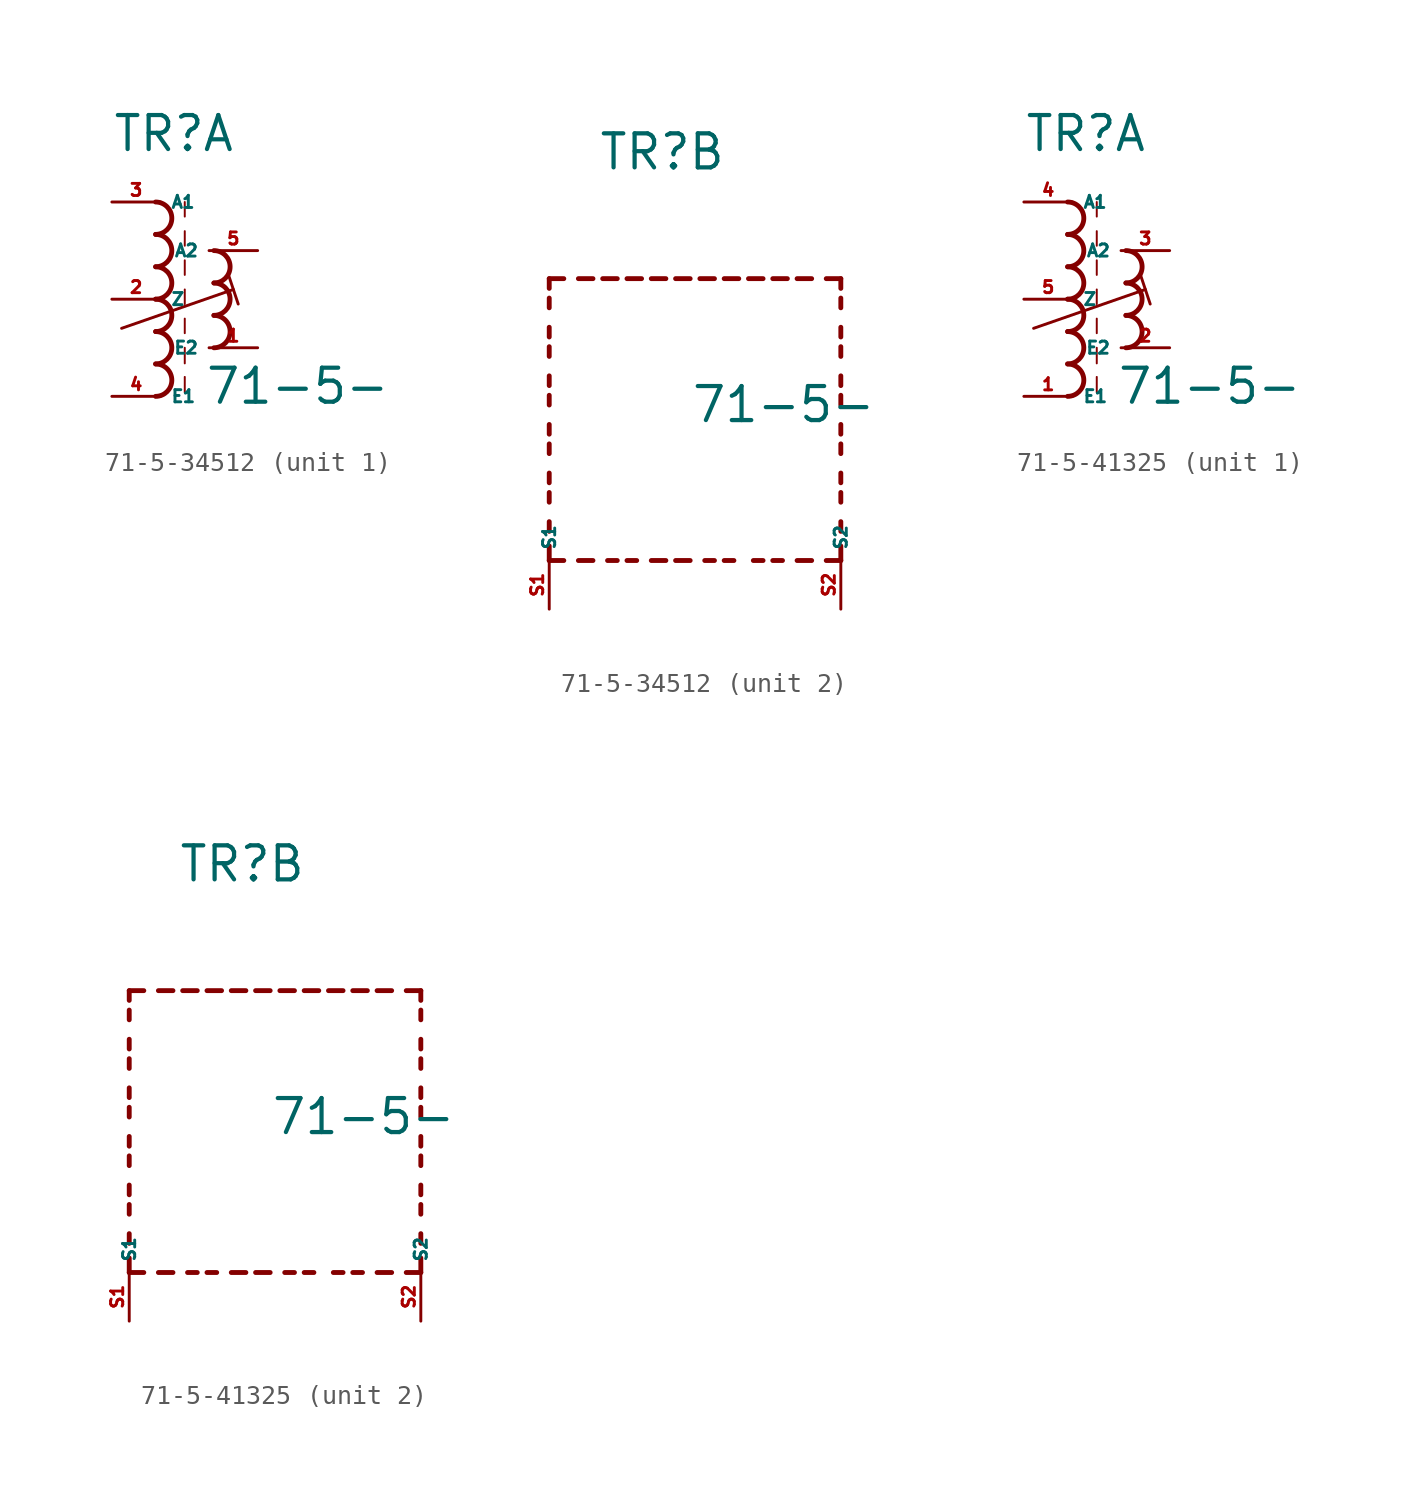
<source format=kicad_sym>
(kicad_symbol_lib
  (version 20220914)
  (generator kicad_symbol_editor)
  (symbol "71-5-34512"
    (property "Reference" "TR"
      (at -2.54 7.62 0)
      (effects (font (size 1.778 1.778) (thickness 0.22)) (justify left bottom)))
    (property "Value" "71-5-"
      (at 2.286 -5.588 0)
      (effects (font (size 1.778 1.778) (thickness 0.22)) (justify left bottom)))
    (symbol "71-5-34512_1_0"
      (arc (start -0.2534 -5.08) (mid 0.593 -4.2333) (end -0.2534 -3.3866) (stroke (width 0.254) (type default)) (fill (type none)))
      (arc (start -0.2534 -3.3866) (mid 0.593 -2.5399) (end -0.2534 -1.6932) (stroke (width 0.254) (type default)) (fill (type none)))
      (arc (start -0.2534 -1.6934) (mid 0.593 -0.8467) (end -0.2534 0) (stroke (width 0.254) (type default)) (fill (type none)))
      (arc (start -0.2534 0) (mid 0.593 0.8467) (end -0.2534 1.6934) (stroke (width 0.254) (type default)) (fill (type none)))
      (arc (start -0.2532 1.6934) (mid 0.593 2.54) (end -0.2532 3.3866) (stroke (width 0.254) (type default)) (fill (type none)))
      (arc (start -0.2534 3.3866) (mid 0.593 4.2333) (end -0.2534 5.08) (stroke (width 0.254) (type default)) (fill (type none)))
      (polyline (pts (xy -2.032 -1.524) (xy 3.81 0.508)) (stroke (width 0.152) (type default)) (fill (type none)))
      (polyline (pts (xy 1.27 -4.064) (xy 1.27 -4.88)) (stroke (width 0.102) (type default)) (fill (type none)))
      (polyline (pts (xy 1.27 -2.54) (xy 1.27 -3.356)) (stroke (width 0.102) (type default)) (fill (type none)))
      (polyline (pts (xy 1.27 -1.016) (xy 1.27 -1.778)) (stroke (width 0.102) (type default)) (fill (type none)))
      (polyline (pts (xy 1.27 0.508) (xy 1.27 -0.254)) (stroke (width 0.102) (type default)) (fill (type none)))
      (polyline (pts (xy 1.27 2.032) (xy 1.27 1.27)) (stroke (width 0.102) (type default)) (fill (type none)))
      (polyline (pts (xy 1.27 3.556) (xy 1.27 2.794)) (stroke (width 0.102) (type default)) (fill (type none)))
      (polyline (pts (xy 1.27 5.08) (xy 1.27 4.318)) (stroke (width 0.102) (type default)) (fill (type none)))
      (polyline (pts (xy 3.556 1.27) (xy 4.064 -0.254)) (stroke (width 0.152) (type default)) (fill (type none)))
      (arc (start 2.794 -2.54) (mid 3.6404 -1.6933) (end 2.794 -0.8466) (stroke (width 0.254) (type default)) (fill (type none)))
      (arc (start 2.794 -0.8466) (mid 3.6402 0) (end 2.794 0.8466) (stroke (width 0.254) (type default)) (fill (type none)))
      (arc (start 2.794 0.8466) (mid 3.6404 1.6933) (end 2.794 2.54) (stroke (width 0.254) (type default)) (fill (type none)))
      (pin passive line (at 5.08 -2.54 180) (length 2.54) (name "E2" (effects (font (size 0.635 0.635)))) (number "1" (effects (font (size 0.635 0.635)))))
      (pin passive line (at -2.54 0 0) (length 2.54) (name "Z" (effects (font (size 0.635 0.635)))) (number "2" (effects (font (size 0.635 0.635)))))
      (pin passive line (at -2.54 5.08 0) (length 2.54) (name "A1" (effects (font (size 0.635 0.635)))) (number "3" (effects (font (size 0.635 0.635)))))
      (pin passive line (at -2.54 -5.08 0) (length 2.54) (name "E1" (effects (font (size 0.635 0.635)))) (number "4" (effects (font (size 0.635 0.635)))))
      (pin passive line (at 5.08 2.54 180) (length 2.54) (name "A2" (effects (font (size 0.635 0.635)))) (number "5" (effects (font (size 0.635 0.635))))))
    (symbol "71-5-34512_2_0"
      (polyline (pts (xy -5.08 -12.7) (xy -5.08 -11.938)) (stroke (width 0.254) (type default)) (fill (type none)))
      (polyline (pts (xy -5.08 -12.7) (xy -4.318 -12.7)) (stroke (width 0.254) (type default)) (fill (type none)))
      (polyline (pts (xy -5.08 -11.176) (xy -5.08 -10.668)) (stroke (width 0.254) (type default)) (fill (type none)))
      (polyline (pts (xy -5.08 -9.652) (xy -5.08 -9.144)) (stroke (width 0.254) (type default)) (fill (type none)))
      (polyline (pts (xy -5.08 -8.636) (xy -5.08 -8.128)) (stroke (width 0.254) (type default)) (fill (type none)))
      (polyline (pts (xy -5.08 -7.112) (xy -5.08 -6.604)) (stroke (width 0.254) (type default)) (fill (type none)))
      (polyline (pts (xy -5.08 -6.096) (xy -5.08 -5.588)) (stroke (width 0.254) (type default)) (fill (type none)))
      (polyline (pts (xy -5.08 -4.572) (xy -5.08 -4.064)) (stroke (width 0.254) (type default)) (fill (type none)))
      (polyline (pts (xy -5.08 -3.556) (xy -5.08 -3.048)) (stroke (width 0.254) (type default)) (fill (type none)))
      (polyline (pts (xy -5.08 -2.032) (xy -5.08 -1.524)) (stroke (width 0.254) (type default)) (fill (type none)))
      (polyline (pts (xy -5.08 -1.016) (xy -5.08 -0.508)) (stroke (width 0.254) (type default)) (fill (type none)))
      (polyline (pts (xy -5.08 0.508) (xy -5.08 1.016)) (stroke (width 0.254) (type default)) (fill (type none)))
      (polyline (pts (xy -5.08 1.524) (xy -5.08 2.032)) (stroke (width 0.254) (type default)) (fill (type none)))
      (polyline (pts (xy -5.08 2.032) (xy -4.318 2.032)) (stroke (width 0.254) (type default)) (fill (type none)))
      (polyline (pts (xy -3.556 -12.7) (xy -2.794 -12.7)) (stroke (width 0.254) (type default)) (fill (type none)))
      (polyline (pts (xy -3.556 2.032) (xy -2.794 2.032)) (stroke (width 0.254) (type default)) (fill (type none)))
      (polyline (pts (xy -1.524 -12.7) (xy -2.032 -12.7)) (stroke (width 0.254) (type default)) (fill (type none)))
      (polyline (pts (xy -1.524 2.032) (xy -2.286 2.032)) (stroke (width 0.254) (type default)) (fill (type none)))
      (polyline (pts (xy -1.016 2.032) (xy -0.254 2.032)) (stroke (width 0.254) (type default)) (fill (type none)))
      (polyline (pts (xy -0.508 -12.7) (xy -1.016 -12.7)) (stroke (width 0.254) (type default)) (fill (type none)))
      (polyline (pts (xy 1.016 -12.7) (xy 0.254 -12.7)) (stroke (width 0.254) (type default)) (fill (type none)))
      (polyline (pts (xy 1.016 2.032) (xy 0.254 2.032)) (stroke (width 0.254) (type default)) (fill (type none)))
      (polyline (pts (xy 1.524 -12.7) (xy 2.286 -12.7)) (stroke (width 0.254) (type default)) (fill (type none)))
      (polyline (pts (xy 1.524 2.032) (xy 2.286 2.032)) (stroke (width 0.254) (type default)) (fill (type none)))
      (polyline (pts (xy 3.556 -12.7) (xy 3.048 -12.7)) (stroke (width 0.254) (type default)) (fill (type none)))
      (polyline (pts (xy 3.556 2.032) (xy 2.794 2.032)) (stroke (width 0.254) (type default)) (fill (type none)))
      (polyline (pts (xy 4.064 2.032) (xy 4.826 2.032)) (stroke (width 0.254) (type default)) (fill (type none)))
      (polyline (pts (xy 4.572 -12.7) (xy 4.064 -12.7)) (stroke (width 0.254) (type default)) (fill (type none)))
      (polyline (pts (xy 6.096 -12.7) (xy 5.588 -12.7)) (stroke (width 0.254) (type default)) (fill (type none)))
      (polyline (pts (xy 6.096 2.032) (xy 5.334 2.032)) (stroke (width 0.254) (type default)) (fill (type none)))
      (polyline (pts (xy 6.604 2.032) (xy 7.366 2.032)) (stroke (width 0.254) (type default)) (fill (type none)))
      (polyline (pts (xy 7.112 -12.7) (xy 6.604 -12.7)) (stroke (width 0.254) (type default)) (fill (type none)))
      (polyline (pts (xy 8.636 -12.7) (xy 7.874 -12.7)) (stroke (width 0.254) (type default)) (fill (type none)))
      (polyline (pts (xy 8.636 2.032) (xy 7.874 2.032)) (stroke (width 0.254) (type default)) (fill (type none)))
      (polyline (pts (xy 10.16 -12.7) (xy 9.398 -12.7)) (stroke (width 0.254) (type default)) (fill (type none)))
      (polyline (pts (xy 10.16 -12.7) (xy 10.16 -11.938)) (stroke (width 0.254) (type default)) (fill (type none)))
      (polyline (pts (xy 10.16 -11.176) (xy 10.16 -10.668)) (stroke (width 0.254) (type default)) (fill (type none)))
      (polyline (pts (xy 10.16 -9.652) (xy 10.16 -9.144)) (stroke (width 0.254) (type default)) (fill (type none)))
      (polyline (pts (xy 10.16 -8.636) (xy 10.16 -8.128)) (stroke (width 0.254) (type default)) (fill (type none)))
      (polyline (pts (xy 10.16 -7.112) (xy 10.16 -6.604)) (stroke (width 0.254) (type default)) (fill (type none)))
      (polyline (pts (xy 10.16 -6.096) (xy 10.16 -5.588)) (stroke (width 0.254) (type default)) (fill (type none)))
      (polyline (pts (xy 10.16 -4.572) (xy 10.16 -4.064)) (stroke (width 0.254) (type default)) (fill (type none)))
      (polyline (pts (xy 10.16 -3.556) (xy 10.16 -3.048)) (stroke (width 0.254) (type default)) (fill (type none)))
      (polyline (pts (xy 10.16 -2.032) (xy 10.16 -1.524)) (stroke (width 0.254) (type default)) (fill (type none)))
      (polyline (pts (xy 10.16 -1.016) (xy 10.16 -0.508)) (stroke (width 0.254) (type default)) (fill (type none)))
      (polyline (pts (xy 10.16 0.508) (xy 10.16 1.016)) (stroke (width 0.254) (type default)) (fill (type none)))
      (polyline (pts (xy 10.16 1.524) (xy 10.16 2.032)) (stroke (width 0.254) (type default)) (fill (type none)))
      (polyline (pts (xy 10.16 2.032) (xy 9.398 2.032)) (stroke (width 0.254) (type default)) (fill (type none)))
      (pin passive line (at -5.08 -15.24 90) (length 2.54) (name "S1" (effects (font (size 0.635 0.635)))) (number "S1" (effects (font (size 0.635 0.635)))))
      (pin passive line (at 10.16 -15.24 90) (length 2.54) (name "S2" (effects (font (size 0.635 0.635)))) (number "S2" (effects (font (size 0.635 0.635)))))))
  (symbol "71-5-41325"
    (property "Reference" "TR"
      (at -2.54 7.62 0)
      (effects (font (size 1.778 1.778) (thickness 0.22)) (justify left bottom)))
    (property "Value" "71-5-"
      (at 2.286 -5.588 0)
      (effects (font (size 1.778 1.778) (thickness 0.22)) (justify left bottom)))
    (symbol "71-5-41325_1_0"
      (arc (start -0.2534 -5.08) (mid 0.593 -4.2333) (end -0.2534 -3.3866) (stroke (width 0.254) (type default)) (fill (type none)))
      (arc (start -0.2534 -3.3866) (mid 0.593 -2.5399) (end -0.2534 -1.6932) (stroke (width 0.254) (type default)) (fill (type none)))
      (arc (start -0.2534 -1.6934) (mid 0.593 -0.8467) (end -0.2534 0) (stroke (width 0.254) (type default)) (fill (type none)))
      (arc (start -0.2534 0) (mid 0.593 0.8467) (end -0.2534 1.6934) (stroke (width 0.254) (type default)) (fill (type none)))
      (arc (start -0.2532 1.6934) (mid 0.593 2.54) (end -0.2532 3.3866) (stroke (width 0.254) (type default)) (fill (type none)))
      (arc (start -0.2534 3.3866) (mid 0.593 4.2333) (end -0.2534 5.08) (stroke (width 0.254) (type default)) (fill (type none)))
      (polyline (pts (xy -2.032 -1.524) (xy 3.81 0.508)) (stroke (width 0.152) (type default)) (fill (type none)))
      (polyline (pts (xy 1.27 -4.064) (xy 1.27 -4.88)) (stroke (width 0.102) (type default)) (fill (type none)))
      (polyline (pts (xy 1.27 -2.54) (xy 1.27 -3.356)) (stroke (width 0.102) (type default)) (fill (type none)))
      (polyline (pts (xy 1.27 -1.016) (xy 1.27 -1.778)) (stroke (width 0.102) (type default)) (fill (type none)))
      (polyline (pts (xy 1.27 0.508) (xy 1.27 -0.254)) (stroke (width 0.102) (type default)) (fill (type none)))
      (polyline (pts (xy 1.27 2.032) (xy 1.27 1.27)) (stroke (width 0.102) (type default)) (fill (type none)))
      (polyline (pts (xy 1.27 3.556) (xy 1.27 2.794)) (stroke (width 0.102) (type default)) (fill (type none)))
      (polyline (pts (xy 1.27 5.08) (xy 1.27 4.318)) (stroke (width 0.102) (type default)) (fill (type none)))
      (polyline (pts (xy 3.556 1.27) (xy 4.064 -0.254)) (stroke (width 0.152) (type default)) (fill (type none)))
      (arc (start 2.794 -2.54) (mid 3.6404 -1.6933) (end 2.794 -0.8466) (stroke (width 0.254) (type default)) (fill (type none)))
      (arc (start 2.794 -0.8466) (mid 3.6402 0) (end 2.794 0.8466) (stroke (width 0.254) (type default)) (fill (type none)))
      (arc (start 2.794 0.8466) (mid 3.6404 1.6933) (end 2.794 2.54) (stroke (width 0.254) (type default)) (fill (type none)))
      (pin passive line (at -2.54 -5.08 0) (length 2.54) (name "E1" (effects (font (size 0.635 0.635)))) (number "1" (effects (font (size 0.635 0.635)))))
      (pin passive line (at 5.08 -2.54 180) (length 2.54) (name "E2" (effects (font (size 0.635 0.635)))) (number "2" (effects (font (size 0.635 0.635)))))
      (pin passive line (at 5.08 2.54 180) (length 2.54) (name "A2" (effects (font (size 0.635 0.635)))) (number "3" (effects (font (size 0.635 0.635)))))
      (pin passive line (at -2.54 5.08 0) (length 2.54) (name "A1" (effects (font (size 0.635 0.635)))) (number "4" (effects (font (size 0.635 0.635)))))
      (pin passive line (at -2.54 0 0) (length 2.54) (name "Z" (effects (font (size 0.635 0.635)))) (number "5" (effects (font (size 0.635 0.635))))))
    (symbol "71-5-41325_2_0"
      (polyline (pts (xy -5.08 -12.7) (xy -5.08 -11.938)) (stroke (width 0.254) (type default)) (fill (type none)))
      (polyline (pts (xy -5.08 -12.7) (xy -4.318 -12.7)) (stroke (width 0.254) (type default)) (fill (type none)))
      (polyline (pts (xy -5.08 -11.176) (xy -5.08 -10.668)) (stroke (width 0.254) (type default)) (fill (type none)))
      (polyline (pts (xy -5.08 -9.652) (xy -5.08 -9.144)) (stroke (width 0.254) (type default)) (fill (type none)))
      (polyline (pts (xy -5.08 -8.636) (xy -5.08 -8.128)) (stroke (width 0.254) (type default)) (fill (type none)))
      (polyline (pts (xy -5.08 -7.112) (xy -5.08 -6.604)) (stroke (width 0.254) (type default)) (fill (type none)))
      (polyline (pts (xy -5.08 -6.096) (xy -5.08 -5.588)) (stroke (width 0.254) (type default)) (fill (type none)))
      (polyline (pts (xy -5.08 -4.572) (xy -5.08 -4.064)) (stroke (width 0.254) (type default)) (fill (type none)))
      (polyline (pts (xy -5.08 -3.556) (xy -5.08 -3.048)) (stroke (width 0.254) (type default)) (fill (type none)))
      (polyline (pts (xy -5.08 -2.032) (xy -5.08 -1.524)) (stroke (width 0.254) (type default)) (fill (type none)))
      (polyline (pts (xy -5.08 -1.016) (xy -5.08 -0.508)) (stroke (width 0.254) (type default)) (fill (type none)))
      (polyline (pts (xy -5.08 0.508) (xy -5.08 1.016)) (stroke (width 0.254) (type default)) (fill (type none)))
      (polyline (pts (xy -5.08 1.524) (xy -5.08 2.032)) (stroke (width 0.254) (type default)) (fill (type none)))
      (polyline (pts (xy -5.08 2.032) (xy -4.318 2.032)) (stroke (width 0.254) (type default)) (fill (type none)))
      (polyline (pts (xy -3.556 -12.7) (xy -2.794 -12.7)) (stroke (width 0.254) (type default)) (fill (type none)))
      (polyline (pts (xy -3.556 2.032) (xy -2.794 2.032)) (stroke (width 0.254) (type default)) (fill (type none)))
      (polyline (pts (xy -1.524 -12.7) (xy -2.032 -12.7)) (stroke (width 0.254) (type default)) (fill (type none)))
      (polyline (pts (xy -1.524 2.032) (xy -2.286 2.032)) (stroke (width 0.254) (type default)) (fill (type none)))
      (polyline (pts (xy -1.016 2.032) (xy -0.254 2.032)) (stroke (width 0.254) (type default)) (fill (type none)))
      (polyline (pts (xy -0.508 -12.7) (xy -1.016 -12.7)) (stroke (width 0.254) (type default)) (fill (type none)))
      (polyline (pts (xy 1.016 -12.7) (xy 0.254 -12.7)) (stroke (width 0.254) (type default)) (fill (type none)))
      (polyline (pts (xy 1.016 2.032) (xy 0.254 2.032)) (stroke (width 0.254) (type default)) (fill (type none)))
      (polyline (pts (xy 1.524 -12.7) (xy 2.286 -12.7)) (stroke (width 0.254) (type default)) (fill (type none)))
      (polyline (pts (xy 1.524 2.032) (xy 2.286 2.032)) (stroke (width 0.254) (type default)) (fill (type none)))
      (polyline (pts (xy 3.556 -12.7) (xy 3.048 -12.7)) (stroke (width 0.254) (type default)) (fill (type none)))
      (polyline (pts (xy 3.556 2.032) (xy 2.794 2.032)) (stroke (width 0.254) (type default)) (fill (type none)))
      (polyline (pts (xy 4.064 2.032) (xy 4.826 2.032)) (stroke (width 0.254) (type default)) (fill (type none)))
      (polyline (pts (xy 4.572 -12.7) (xy 4.064 -12.7)) (stroke (width 0.254) (type default)) (fill (type none)))
      (polyline (pts (xy 6.096 -12.7) (xy 5.588 -12.7)) (stroke (width 0.254) (type default)) (fill (type none)))
      (polyline (pts (xy 6.096 2.032) (xy 5.334 2.032)) (stroke (width 0.254) (type default)) (fill (type none)))
      (polyline (pts (xy 6.604 2.032) (xy 7.366 2.032)) (stroke (width 0.254) (type default)) (fill (type none)))
      (polyline (pts (xy 7.112 -12.7) (xy 6.604 -12.7)) (stroke (width 0.254) (type default)) (fill (type none)))
      (polyline (pts (xy 8.636 -12.7) (xy 7.874 -12.7)) (stroke (width 0.254) (type default)) (fill (type none)))
      (polyline (pts (xy 8.636 2.032) (xy 7.874 2.032)) (stroke (width 0.254) (type default)) (fill (type none)))
      (polyline (pts (xy 10.16 -12.7) (xy 9.398 -12.7)) (stroke (width 0.254) (type default)) (fill (type none)))
      (polyline (pts (xy 10.16 -12.7) (xy 10.16 -11.938)) (stroke (width 0.254) (type default)) (fill (type none)))
      (polyline (pts (xy 10.16 -11.176) (xy 10.16 -10.668)) (stroke (width 0.254) (type default)) (fill (type none)))
      (polyline (pts (xy 10.16 -9.652) (xy 10.16 -9.144)) (stroke (width 0.254) (type default)) (fill (type none)))
      (polyline (pts (xy 10.16 -8.636) (xy 10.16 -8.128)) (stroke (width 0.254) (type default)) (fill (type none)))
      (polyline (pts (xy 10.16 -7.112) (xy 10.16 -6.604)) (stroke (width 0.254) (type default)) (fill (type none)))
      (polyline (pts (xy 10.16 -6.096) (xy 10.16 -5.588)) (stroke (width 0.254) (type default)) (fill (type none)))
      (polyline (pts (xy 10.16 -4.572) (xy 10.16 -4.064)) (stroke (width 0.254) (type default)) (fill (type none)))
      (polyline (pts (xy 10.16 -3.556) (xy 10.16 -3.048)) (stroke (width 0.254) (type default)) (fill (type none)))
      (polyline (pts (xy 10.16 -2.032) (xy 10.16 -1.524)) (stroke (width 0.254) (type default)) (fill (type none)))
      (polyline (pts (xy 10.16 -1.016) (xy 10.16 -0.508)) (stroke (width 0.254) (type default)) (fill (type none)))
      (polyline (pts (xy 10.16 0.508) (xy 10.16 1.016)) (stroke (width 0.254) (type default)) (fill (type none)))
      (polyline (pts (xy 10.16 1.524) (xy 10.16 2.032)) (stroke (width 0.254) (type default)) (fill (type none)))
      (polyline (pts (xy 10.16 2.032) (xy 9.398 2.032)) (stroke (width 0.254) (type default)) (fill (type none)))
      (pin passive line (at -5.08 -15.24 90) (length 2.54) (name "S1" (effects (font (size 0.635 0.635)))) (number "S1" (effects (font (size 0.635 0.635)))))
      (pin passive line (at 10.16 -15.24 90) (length 2.54) (name "S2" (effects (font (size 0.635 0.635)))) (number "S2" (effects (font (size 0.635 0.635))))))))
</source>
